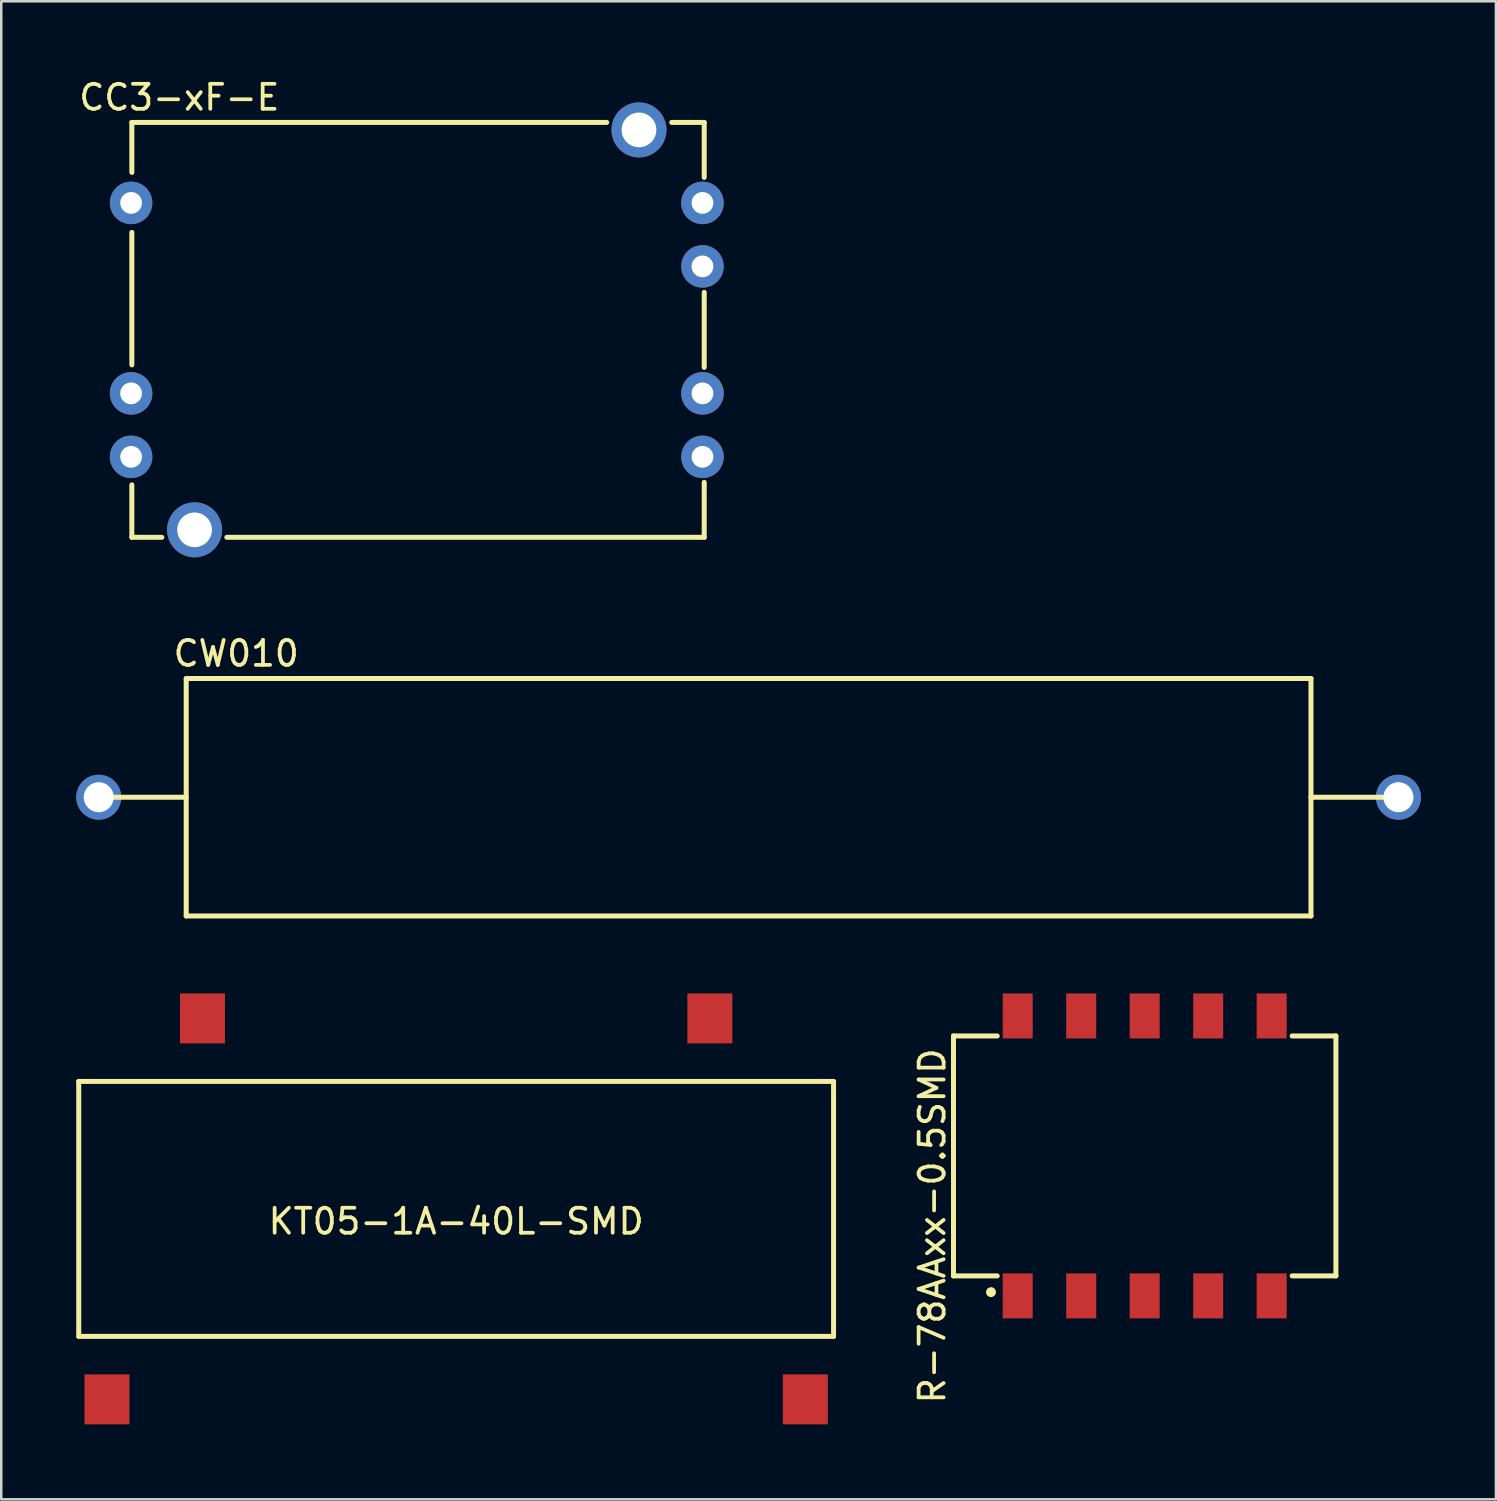
<source format=kicad_pcb>
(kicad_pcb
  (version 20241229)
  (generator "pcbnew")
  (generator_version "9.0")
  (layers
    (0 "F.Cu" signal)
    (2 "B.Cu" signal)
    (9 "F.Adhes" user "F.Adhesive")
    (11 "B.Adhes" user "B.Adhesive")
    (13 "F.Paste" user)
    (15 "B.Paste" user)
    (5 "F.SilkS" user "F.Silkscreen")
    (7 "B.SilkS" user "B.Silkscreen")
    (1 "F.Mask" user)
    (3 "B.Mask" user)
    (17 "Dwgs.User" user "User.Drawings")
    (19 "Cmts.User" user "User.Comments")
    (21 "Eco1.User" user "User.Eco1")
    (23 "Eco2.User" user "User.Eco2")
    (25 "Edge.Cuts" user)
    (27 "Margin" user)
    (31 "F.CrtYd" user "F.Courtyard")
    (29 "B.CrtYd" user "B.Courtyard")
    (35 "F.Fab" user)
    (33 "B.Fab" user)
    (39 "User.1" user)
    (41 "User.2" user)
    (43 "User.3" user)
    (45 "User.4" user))
  (footprint "KT05-1A-40L-SMD"
    (layer "F.Cu")
    (at 15.2 45.316)
    (property "Reference" "KT05-1A-40L-SMD" (at 0 0.5 0) (layer "F.SilkS") (effects (font (size 1 1) (thickness 0.15))))
    (attr through_hole)
    (fp_line (start -15.1 -5.1) (end 15.1 -5.1) (stroke (width 0.2) (type solid)) (layer "F.SilkS"))
    (fp_line (start -15.1 5.1) (end -15.1 -5.1) (stroke (width 0.2) (type solid)) (layer "F.SilkS"))
    (fp_line (start 15.1 -5.1) (end 15.1 5.1) (stroke (width 0.2) (type solid)) (layer "F.SilkS"))
    (fp_line (start 15.1 5.1) (end -15.1 5.1) (stroke (width 0.2) (type solid)) (layer "F.SilkS"))
    (pad "1" smd rect (at -10.15 -7.62) (size 1.8 2) (layers "F.Cu" "F.Mask" "F.Paste"))
    (pad "2" smd rect (at 10.15 -7.62) (size 1.8 2) (layers "F.Cu" "F.Mask" "F.Paste"))
    (pad "3" smd rect (at -13.97 7.62) (size 1.8 2) (layers "F.Cu" "F.Mask" "F.Paste"))
    (pad "4" smd rect (at 13.97 7.62) (size 1.8 2) (layers "F.Cu" "F.Mask" "F.Paste")))
  (footprint "CC3-xF-E"
    (layer "F.Cu")
    (at 13.625 10.148)
    (property "Reference" "CC3-xF-E" (at -9.5 -9.3 0) (layer "F.SilkS") (effects (font (size 1 1) (thickness 0.15))))
    (attr through_hole)
    (fp_line (start -11.4 -8.3) (end -11.4 -6.3) (stroke (width 0.2) (type solid)) (layer "F.SilkS"))
    (fp_line (start -11.4 -8.3) (end 7.6 -8.3) (stroke (width 0.2) (type solid)) (layer "F.SilkS"))
    (fp_line (start -11.4 -3.9) (end -11.4 1.4) (stroke (width 0.2) (type solid)) (layer "F.SilkS"))
    (fp_line (start -11.4 6.2) (end -11.4 8.3) (stroke (width 0.2) (type solid)) (layer "F.SilkS"))
    (fp_line (start -11.4 8.3) (end -10.2 8.3) (stroke (width 0.2) (type solid)) (layer "F.SilkS"))
    (fp_line (start -7.6 8.3) (end 11.5 8.3) (stroke (width 0.2) (type solid)) (layer "F.SilkS"))
    (fp_line (start 11.5 -8.3) (end 10.2 -8.3) (stroke (width 0.2) (type solid)) (layer "F.SilkS"))
    (fp_line (start 11.5 -6.1) (end 11.5 -8.3) (stroke (width 0.2) (type solid)) (layer "F.SilkS"))
    (fp_line (start 11.5 -1.5) (end 11.5 1.5) (stroke (width 0.2) (type solid)) (layer "F.SilkS"))
    (fp_line (start 11.5 8.3) (end 11.5 6.1) (stroke (width 0.2) (type solid)) (layer "F.SilkS"))
    (pad "" thru_hole circle (at -8.89 8) (size 2.2 2.2) (drill 1.388) (layers "*.Cu" "*.Mask"))
    (pad "" thru_hole circle (at 8.89 -8) (size 2.2 2.2) (drill 1.388) (layers "*.Cu" "*.Mask"))
    (pad "1" thru_hole circle (at -11.43 -5.08) (size 1.7 1.7) (drill 0.871) (layers "*.Cu" "*.Mask"))
    (pad "2" thru_hole circle (at -11.43 2.54) (size 1.7 1.7) (drill 0.871) (layers "*.Cu" "*.Mask"))
    (pad "3" thru_hole circle (at -11.43 5.08) (size 1.7 1.7) (drill 0.871) (layers "*.Cu" "*.Mask"))
    (pad "4" thru_hole circle (at 11.43 5.08) (size 1.7 1.7) (drill 0.871) (layers "*.Cu" "*.Mask"))
    (pad "5" thru_hole circle (at 11.43 2.54) (size 1.7 1.7) (drill 0.871) (layers "*.Cu" "*.Mask"))
    (pad "6" thru_hole circle (at 11.43 -2.54) (size 1.7 1.7) (drill 0.871) (layers "*.Cu" "*.Mask"))
    (pad "7" thru_hole circle (at 11.43 -5.08) (size 1.7 1.7) (drill 0.871) (layers "*.Cu" "*.Mask")))
  (footprint "CW010"
    (layer "F.Cu")
    (at 26.9 28.846)
    (property "Reference" "CW010" (at -20.5 -5.75 0) (layer "F.SilkS") (effects (font (size 1 1) (thickness 0.15))))
    (attr through_hole)
    (fp_line (start -26 0) (end -22.5 0) (stroke (width 0.2) (type solid)) (layer "F.SilkS"))
    (fp_line (start -22.5 -4.75) (end 22.5 -4.75) (stroke (width 0.2) (type solid)) (layer "F.SilkS"))
    (fp_line (start -22.5 4.75) (end -22.5 -4.75) (stroke (width 0.2) (type solid)) (layer "F.SilkS"))
    (fp_line (start 22.5 -4.75) (end 22.5 4.75) (stroke (width 0.2) (type solid)) (layer "F.SilkS"))
    (fp_line (start 22.5 0) (end 26 0) (stroke (width 0.2) (type solid)) (layer "F.SilkS"))
    (fp_line (start 22.5 4.75) (end -22.5 4.75) (stroke (width 0.2) (type solid)) (layer "F.SilkS"))
    (pad "1" thru_hole circle (at -26 0) (size 1.8 1.8) (drill 1.2) (layers "*.Cu" "*.Mask"))
    (pad "2" thru_hole circle (at 26 0) (size 1.8 1.8) (drill 1.2) (layers "*.Cu" "*.Mask")))
  (footprint "R-78AAxx-0.5SMD"
    (layer "F.Cu")
    (at 42.748 43.197)
    (property "Reference" "R-78AAxx-0.5SMD" (at -8.5 2.8 90) (layer "F.SilkS") (effects (font (size 1 1) (thickness 0.15))))
    (attr through_hole)
    (fp_line (start -7.65 -4.8) (end -7.65 4.8) (stroke (width 0.2) (type solid)) (layer "F.SilkS"))
    (fp_line (start -7.65 -4.8) (end -5.9 -4.8) (stroke (width 0.2) (type solid)) (layer "F.SilkS"))
    (fp_line (start -7.65 4.8) (end -5.9 4.8) (stroke (width 0.2) (type solid)) (layer "F.SilkS"))
    (fp_line (start 5.9 4.8) (end 7.65 4.8) (stroke (width 0.2) (type solid)) (layer "F.SilkS"))
    (fp_line (start 7.65 -4.8) (end 5.9 -4.8) (stroke (width 0.2) (type solid)) (layer "F.SilkS"))
    (fp_line (start 7.65 4.8) (end 7.65 -4.8) (stroke (width 0.2) (type solid)) (layer "F.SilkS"))
    (fp_circle (center -6.15 5.45) (end -6.15 5.35) (stroke (width 0.2) (type solid)) (fill no) (layer "F.SilkS"))
    (pad "1" smd rect (at -5.08 5.6) (size 1.2 1.8) (layers "F.Cu" "F.Mask" "F.Paste"))
    (pad "2" smd rect (at -2.54 5.6) (size 1.2 1.8) (layers "F.Cu" "F.Mask" "F.Paste"))
    (pad "3" smd rect (at 0 5.6) (size 1.2 1.8) (layers "F.Cu" "F.Mask" "F.Paste"))
    (pad "4" smd rect (at 2.54 5.6) (size 1.2 1.8) (layers "F.Cu" "F.Mask" "F.Paste"))
    (pad "5" smd rect (at 5.08 5.6) (size 1.2 1.8) (layers "F.Cu" "F.Mask" "F.Paste"))
    (pad "6" smd rect (at 5.08 -5.6) (size 1.2 1.8) (layers "F.Cu" "F.Mask" "F.Paste"))
    (pad "7" smd rect (at 2.54 -5.6) (size 1.2 1.8) (layers "F.Cu" "F.Mask" "F.Paste"))
    (pad "8" smd rect (at 0 -5.6) (size 1.2 1.8) (layers "F.Cu" "F.Mask" "F.Paste"))
    (pad "9" smd rect (at -2.54 -5.6) (size 1.2 1.8) (layers "F.Cu" "F.Mask" "F.Paste"))
    (pad "10" smd rect (at -5.08 -5.6) (size 1.2 1.8) (layers "F.Cu" "F.Mask" "F.Paste")))
  (gr_rect
    (start -3 -3)
    (end 56.8 56.937)
    (stroke (width 0.1) (type default))
    (fill no)
    (layer "Edge.Cuts")))
</source>
